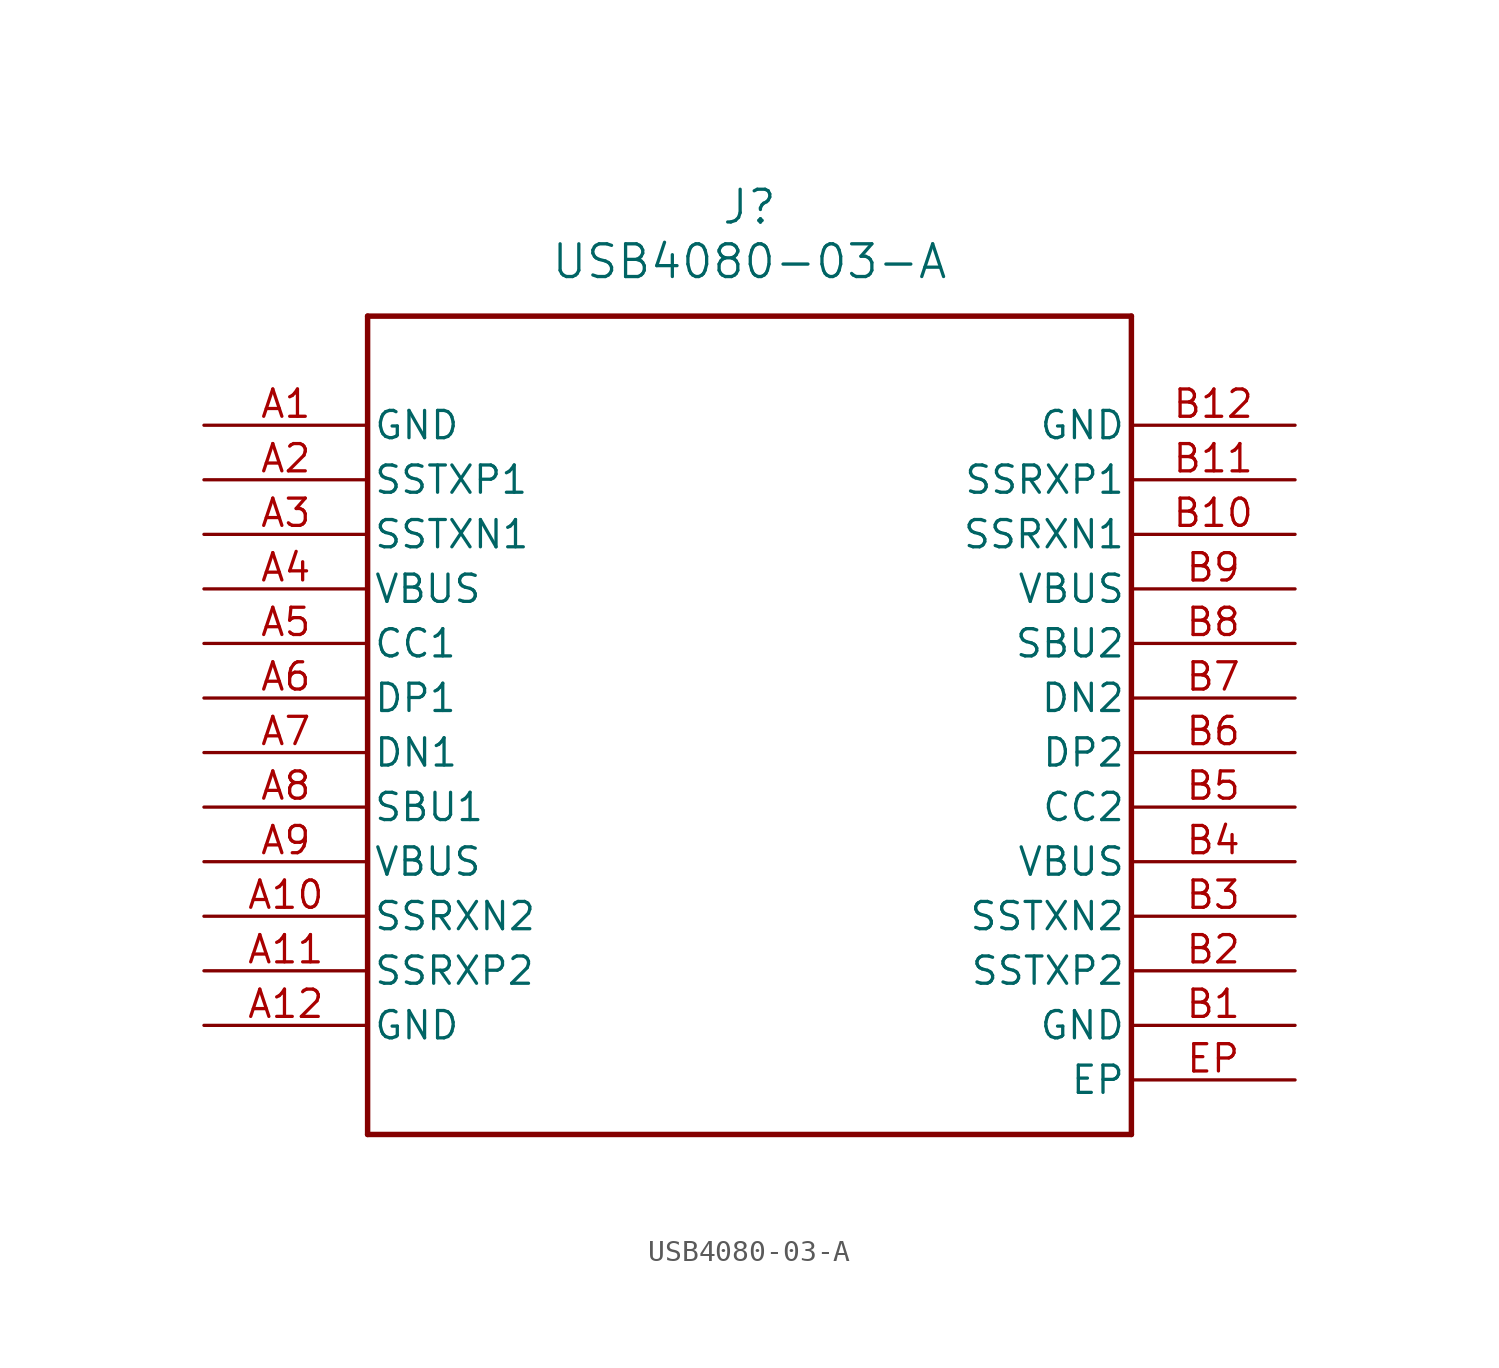
<source format=kicad_sym>
(kicad_symbol_lib
  (version 20231120)
  (generator "kicad_symbol_editor")
  (generator_version "8.0")
  (symbol "USB4080-03-A"
    (pin_names
      (offset 0.254))
    (property "Reference" "J"
      (at 25.4 10.16 0)
      (effects (font (size 1.524 1.524))))
    (property "Value" "USB4080-03-A"
      (at 25.4 7.62 0)
      (effects (font (size 1.524 1.524))))
    (property "ki_locked" ""
      (at 0 0 0)
      (effects (font (size 1.27 1.27))))
    (symbol "USB4080-03-A_0_1"
      (pin power_out line (at 0 0 0) (length 7.62) (name "GND" (effects (font (size 1.27 1.27)))) (number "A1" (effects (font (size 1.27 1.27)))))
      (pin bidirectional line (at 0 -22.86 0) (length 7.62) (name "SSRXN2" (effects (font (size 1.27 1.27)))) (number "A10" (effects (font (size 1.27 1.27)))))
      (pin bidirectional line (at 0 -25.4 0) (length 7.62) (name "SSRXP2" (effects (font (size 1.27 1.27)))) (number "A11" (effects (font (size 1.27 1.27)))))
      (pin power_out line (at 0 -27.94 0) (length 7.62) (name "GND" (effects (font (size 1.27 1.27)))) (number "A12" (effects (font (size 1.27 1.27)))))
      (pin bidirectional line (at 0 -2.54 0) (length 7.62) (name "SSTXP1" (effects (font (size 1.27 1.27)))) (number "A2" (effects (font (size 1.27 1.27)))))
      (pin bidirectional line (at 0 -5.08 0) (length 7.62) (name "SSTXN1" (effects (font (size 1.27 1.27)))) (number "A3" (effects (font (size 1.27 1.27)))))
      (pin power_in line (at 0 -7.62 0) (length 7.62) (name "VBUS" (effects (font (size 1.27 1.27)))) (number "A4" (effects (font (size 1.27 1.27)))))
      (pin bidirectional line (at 0 -10.16 0) (length 7.62) (name "CC1" (effects (font (size 1.27 1.27)))) (number "A5" (effects (font (size 1.27 1.27)))))
      (pin bidirectional line (at 0 -12.7 0) (length 7.62) (name "DP1" (effects (font (size 1.27 1.27)))) (number "A6" (effects (font (size 1.27 1.27)))))
      (pin bidirectional line (at 0 -15.24 0) (length 7.62) (name "DN1" (effects (font (size 1.27 1.27)))) (number "A7" (effects (font (size 1.27 1.27)))))
      (pin bidirectional line (at 0 -17.78 0) (length 7.62) (name "SBU1" (effects (font (size 1.27 1.27)))) (number "A8" (effects (font (size 1.27 1.27)))))
      (pin power_in line (at 0 -20.32 0) (length 7.62) (name "VBUS" (effects (font (size 1.27 1.27)))) (number "A9" (effects (font (size 1.27 1.27)))))
      (pin power_out line (at 50.8 -27.94 180) (length 7.62) (name "GND" (effects (font (size 1.27 1.27)))) (number "B1" (effects (font (size 1.27 1.27)))))
      (pin bidirectional line (at 50.8 -5.08 180) (length 7.62) (name "SSRXN1" (effects (font (size 1.27 1.27)))) (number "B10" (effects (font (size 1.27 1.27)))))
      (pin bidirectional line (at 50.8 -2.54 180) (length 7.62) (name "SSRXP1" (effects (font (size 1.27 1.27)))) (number "B11" (effects (font (size 1.27 1.27)))))
      (pin power_out line (at 50.8 0 180) (length 7.62) (name "GND" (effects (font (size 1.27 1.27)))) (number "B12" (effects (font (size 1.27 1.27)))))
      (pin bidirectional line (at 50.8 -25.4 180) (length 7.62) (name "SSTXP2" (effects (font (size 1.27 1.27)))) (number "B2" (effects (font (size 1.27 1.27)))))
      (pin bidirectional line (at 50.8 -22.86 180) (length 7.62) (name "SSTXN2" (effects (font (size 1.27 1.27)))) (number "B3" (effects (font (size 1.27 1.27)))))
      (pin power_in line (at 50.8 -20.32 180) (length 7.62) (name "VBUS" (effects (font (size 1.27 1.27)))) (number "B4" (effects (font (size 1.27 1.27)))))
      (pin bidirectional line (at 50.8 -17.78 180) (length 7.62) (name "CC2" (effects (font (size 1.27 1.27)))) (number "B5" (effects (font (size 1.27 1.27)))))
      (pin bidirectional line (at 50.8 -15.24 180) (length 7.62) (name "DP2" (effects (font (size 1.27 1.27)))) (number "B6" (effects (font (size 1.27 1.27)))))
      (pin bidirectional line (at 50.8 -12.7 180) (length 7.62) (name "DN2" (effects (font (size 1.27 1.27)))) (number "B7" (effects (font (size 1.27 1.27)))))
      (pin bidirectional line (at 50.8 -10.16 180) (length 7.62) (name "SBU2" (effects (font (size 1.27 1.27)))) (number "B8" (effects (font (size 1.27 1.27)))))
      (pin power_in line (at 50.8 -7.62 180) (length 7.62) (name "VBUS" (effects (font (size 1.27 1.27)))) (number "B9" (effects (font (size 1.27 1.27))))))
    (symbol "USB4080-03-A_1_1"
      (polyline (pts (xy 7.62 -33.02) (xy 43.18 -33.02)) (stroke (width 0.254) (type default)) (fill (type none)))
      (polyline (pts (xy 7.62 5.08) (xy 7.62 -33.02)) (stroke (width 0.254) (type default)) (fill (type none)))
      (polyline (pts (xy 43.18 -33.02) (xy 43.18 5.08)) (stroke (width 0.254) (type default)) (fill (type none)))
      (polyline (pts (xy 43.18 5.08) (xy 7.62 5.08)) (stroke (width 0.254) (type default)) (fill (type none)))
      (pin unspecified line (at 50.8 -30.48 180) (length 7.62) (name "EP" (effects (font (size 1.27 1.27)))) (number "EP" (effects (font (size 1.27 1.27))))))))
</source>
